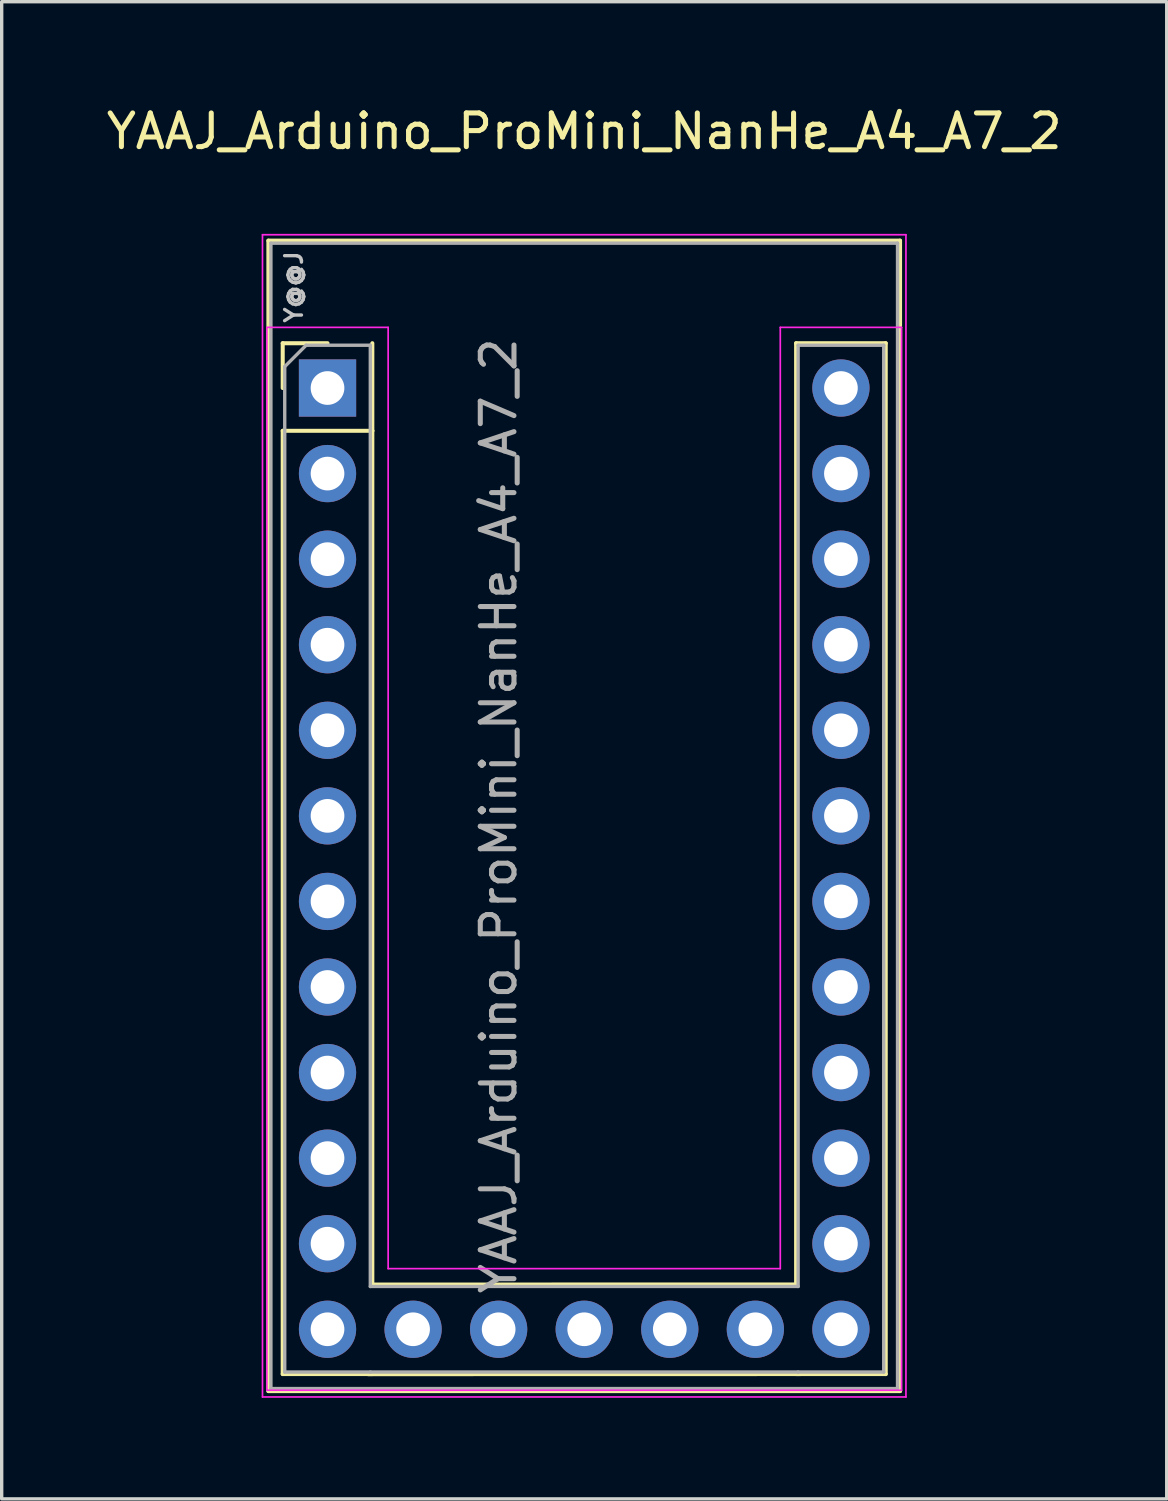
<source format=kicad_pcb>
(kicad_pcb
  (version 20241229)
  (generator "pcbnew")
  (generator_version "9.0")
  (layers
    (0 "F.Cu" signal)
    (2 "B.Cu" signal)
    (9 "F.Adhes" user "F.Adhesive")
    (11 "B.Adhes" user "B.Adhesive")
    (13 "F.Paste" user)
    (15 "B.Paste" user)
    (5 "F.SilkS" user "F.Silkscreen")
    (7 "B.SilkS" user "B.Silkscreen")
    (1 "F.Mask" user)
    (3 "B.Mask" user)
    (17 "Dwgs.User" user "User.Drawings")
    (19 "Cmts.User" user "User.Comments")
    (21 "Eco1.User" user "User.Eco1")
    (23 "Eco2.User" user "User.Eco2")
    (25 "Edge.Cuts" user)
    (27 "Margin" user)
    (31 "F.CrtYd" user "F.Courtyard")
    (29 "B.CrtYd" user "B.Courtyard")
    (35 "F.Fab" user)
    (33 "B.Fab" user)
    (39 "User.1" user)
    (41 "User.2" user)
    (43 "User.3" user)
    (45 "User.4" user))
  (footprint "YAAJ_Arduino_ProMini_NanHe_A4_A7_2"
    (layer "F.Cu")
    (at 6.672 8.468)
    (property "Reference" "YAAJ_Arduino_ProMini_NanHe_A4_A7_2" (at 7.62 -7.62 180) (layer "F.SilkS") (effects (font (size 1 1) (thickness 0.15))))
    (attr through_hole)
    (fp_line (start -1.755 -4.375) (end 16.995 -4.375) (stroke (width 0.12) (type solid)) (layer "F.SilkS"))
    (fp_line (start -1.755 29.775) (end -1.755 -4.375) (stroke (width 0.12) (type solid)) (layer "F.SilkS"))
    (fp_line (start -1.755 29.775) (end 16.995 29.775) (stroke (width 0.12) (type solid)) (layer "F.SilkS"))
    (fp_line (start -1.33 -1.33) (end 0 -1.33) (stroke (width 0.12) (type solid)) (layer "F.SilkS"))
    (fp_line (start -1.33 0) (end -1.33 -1.33) (stroke (width 0.12) (type solid)) (layer "F.SilkS"))
    (fp_line (start -1.33 1.27) (end -1.33 29.27) (stroke (width 0.12) (type solid)) (layer "F.SilkS"))
    (fp_line (start -1.33 1.27) (end 1.33 1.27) (stroke (width 0.12) (type solid)) (layer "F.SilkS"))
    (fp_line (start -1.33 29.27) (end 1.33 29.27) (stroke (width 0.12) (type solid)) (layer "F.SilkS"))
    (fp_line (start 1.206 29.273) (end 14.034 29.27) (stroke (width 0.12) (type solid)) (layer "F.SilkS"))
    (fp_line (start 1.33 1.27) (end 1.33 -1.33) (stroke (width 0.12) (type solid)) (layer "F.SilkS"))
    (fp_line (start 1.33 1.27) (end 1.33 26.613) (stroke (width 0.12) (type solid)) (layer "F.SilkS"))
    (fp_line (start 1.33 26.613) (end 13.91 26.61) (stroke (width 0.12) (type solid)) (layer "F.SilkS"))
    (fp_line (start 13.91 -1.33) (end 13.91 26.61) (stroke (width 0.12) (type solid)) (layer "F.SilkS"))
    (fp_line (start 13.91 -1.33) (end 16.57 -1.33) (stroke (width 0.12) (type solid)) (layer "F.SilkS"))
    (fp_line (start 13.91 29.27) (end 16.57 29.27) (stroke (width 0.12) (type solid)) (layer "F.SilkS"))
    (fp_line (start 16.57 -1.33) (end 16.57 29.27) (stroke (width 0.12) (type solid)) (layer "F.SilkS"))
    (fp_line (start 16.995 -4.375) (end 16.995 29.775) (stroke (width 0.12) (type solid)) (layer "F.SilkS"))
    (fp_line (start -1.93 -4.55) (end 17.17 -4.55) (stroke (width 0.05) (type solid)) (layer "F.CrtYd"))
    (fp_line (start -1.93 29.95) (end -1.93 -4.55) (stroke (width 0.05) (type solid)) (layer "F.CrtYd"))
    (fp_line (start -1.8 -1.8) (end -1.8 29.75) (stroke (width 0.05) (type solid)) (layer "F.CrtYd"))
    (fp_line (start -1.8 -1.8) (end 1.8 -1.8) (stroke (width 0.05) (type solid)) (layer "F.CrtYd"))
    (fp_line (start -1.8 29.75) (end 17.04 29.75) (stroke (width 0.05) (type solid)) (layer "F.CrtYd"))
    (fp_line (start 1.8 26.14) (end 1.8 -1.8) (stroke (width 0.05) (type solid)) (layer "F.CrtYd"))
    (fp_line (start 13.44 -1.8) (end 13.44 26.14) (stroke (width 0.05) (type solid)) (layer "F.CrtYd"))
    (fp_line (start 13.44 -1.8) (end 17.04 -1.8) (stroke (width 0.05) (type solid)) (layer "F.CrtYd"))
    (fp_line (start 13.44 26.14) (end 1.8 26.14) (stroke (width 0.05) (type solid)) (layer "F.CrtYd"))
    (fp_line (start 17.04 29.75) (end 17.04 -1.8) (stroke (width 0.05) (type solid)) (layer "F.CrtYd"))
    (fp_line (start 17.17 -4.55) (end 17.17 29.95) (stroke (width 0.05) (type solid)) (layer "F.CrtYd"))
    (fp_line (start 17.17 29.95) (end -1.93 29.95) (stroke (width 0.05) (type solid)) (layer "F.CrtYd"))
    (fp_line (start -1.68 -4.3) (end 16.92 -4.3) (stroke (width 0.1) (type solid)) (layer "F.Fab"))
    (fp_line (start -1.68 29.7) (end -1.68 -4.3) (stroke (width 0.1) (type solid)) (layer "F.Fab"))
    (fp_line (start -1.68 29.7) (end 16.92 29.7) (stroke (width 0.1) (type solid)) (layer "F.Fab"))
    (fp_line (start -1.27 -0.635) (end -0.635 -1.27) (stroke (width 0.1) (type solid)) (layer "F.Fab"))
    (fp_line (start -1.27 29.21) (end -1.27 -0.635) (stroke (width 0.1) (type solid)) (layer "F.Fab"))
    (fp_line (start -0.635 -1.27) (end 1.27 -1.27) (stroke (width 0.1) (type solid)) (layer "F.Fab"))
    (fp_line (start 1.27 -1.27) (end 1.27 26.67) (stroke (width 0.1) (type solid)) (layer "F.Fab"))
    (fp_line (start 1.27 26.67) (end 13.97 26.67) (stroke (width 0.1) (type solid)) (layer "F.Fab"))
    (fp_line (start 1.27 29.21) (end -1.27 29.21) (stroke (width 0.1) (type solid)) (layer "F.Fab"))
    (fp_line (start 13.97 -1.27) (end 16.51 -1.27) (stroke (width 0.1) (type solid)) (layer "F.Fab"))
    (fp_line (start 13.97 26.67) (end 13.97 -1.27) (stroke (width 0.1) (type solid)) (layer "F.Fab"))
    (fp_line (start 13.97 29.21) (end 1.27 29.21) (stroke (width 0.1) (type solid)) (layer "F.Fab"))
    (fp_line (start 16.51 -1.27) (end 16.51 29.21) (stroke (width 0.1) (type solid)) (layer "F.Fab"))
    (fp_line (start 16.51 29.21) (end 13.97 29.21) (stroke (width 0.1) (type solid)) (layer "F.Fab"))
    (fp_line (start 16.92 -4.3) (end 16.92 29.7) (stroke (width 0.1) (type solid)) (layer "F.Fab"))
    (fp_text user "Y@@J" (at -1 -3 90) (layer "Dwgs.User") (effects (font (size 0.5 0.5) (thickness 0.1))))
    (fp_text user "${REFERENCE}" (at 5.08 12.7 90) (layer "F.Fab") (effects (font (size 1 1) (thickness 0.15))))
    (pad "1" thru_hole rect (at 0 0) (size 1.7 1.7) (drill 1) (layers "*.Cu" "*.Mask"))
    (pad "2" thru_hole oval (at 0 2.54) (size 1.7 1.7) (drill 1) (layers "*.Cu" "*.Mask"))
    (pad "3" thru_hole oval (at 0 5.08) (size 1.7 1.7) (drill 1) (layers "*.Cu" "*.Mask"))
    (pad "4" thru_hole oval (at 0 7.62) (size 1.7 1.7) (drill 1) (layers "*.Cu" "*.Mask"))
    (pad "5" thru_hole oval (at 0 10.16) (size 1.7 1.7) (drill 1) (layers "*.Cu" "*.Mask"))
    (pad "6" thru_hole oval (at 0 12.7) (size 1.7 1.7) (drill 1) (layers "*.Cu" "*.Mask"))
    (pad "7" thru_hole oval (at 0 15.24) (size 1.7 1.7) (drill 1) (layers "*.Cu" "*.Mask"))
    (pad "8" thru_hole oval (at 0 17.78) (size 1.7 1.7) (drill 1) (layers "*.Cu" "*.Mask"))
    (pad "9" thru_hole oval (at 0 20.32) (size 1.7 1.7) (drill 1) (layers "*.Cu" "*.Mask"))
    (pad "10" thru_hole oval (at 0 22.86) (size 1.7 1.7) (drill 1) (layers "*.Cu" "*.Mask"))
    (pad "11" thru_hole oval (at 0 25.4) (size 1.7 1.7) (drill 1) (layers "*.Cu" "*.Mask"))
    (pad "12" thru_hole oval (at 0 27.94) (size 1.7 1.7) (drill 1) (layers "*.Cu" "*.Mask"))
    (pad "13" thru_hole circle (at 2.54 27.94 90) (size 1.7 1.7) (drill 1) (layers "*.Cu" "*.Mask"))
    (pad "14" thru_hole oval (at 5.08 27.94 90) (size 1.7 1.7) (drill 1) (layers "*.Cu" "*.Mask"))
    (pad "15" thru_hole oval (at 7.62 27.94 90) (size 1.7 1.7) (drill 1) (layers "*.Cu" "*.Mask"))
    (pad "16" thru_hole oval (at 10.16 27.94 90) (size 1.7 1.7) (drill 1) (layers "*.Cu" "*.Mask"))
    (pad "17" thru_hole oval (at 12.7 27.94 90) (size 1.7 1.7) (drill 1) (layers "*.Cu" "*.Mask"))
    (pad "18" thru_hole oval (at 15.24 27.94) (size 1.7 1.7) (drill 1) (layers "*.Cu" "*.Mask"))
    (pad "19" thru_hole oval (at 15.24 25.4) (size 1.7 1.7) (drill 1) (layers "*.Cu" "*.Mask"))
    (pad "20" thru_hole oval (at 15.24 22.86) (size 1.7 1.7) (drill 1) (layers "*.Cu" "*.Mask"))
    (pad "21" thru_hole oval (at 15.24 20.32) (size 1.7 1.7) (drill 1) (layers "*.Cu" "*.Mask"))
    (pad "22" thru_hole oval (at 15.24 17.78) (size 1.7 1.7) (drill 1) (layers "*.Cu" "*.Mask"))
    (pad "23" thru_hole oval (at 15.24 15.24) (size 1.7 1.7) (drill 1) (layers "*.Cu" "*.Mask"))
    (pad "24" thru_hole oval (at 15.24 12.7) (size 1.7 1.7) (drill 1) (layers "*.Cu" "*.Mask"))
    (pad "25" thru_hole oval (at 15.24 10.16) (size 1.7 1.7) (drill 1) (layers "*.Cu" "*.Mask"))
    (pad "26" thru_hole oval (at 15.24 7.62) (size 1.7 1.7) (drill 1) (layers "*.Cu" "*.Mask"))
    (pad "27" thru_hole oval (at 15.24 5.08) (size 1.7 1.7) (drill 1) (layers "*.Cu" "*.Mask"))
    (pad "28" thru_hole oval (at 15.24 2.54) (size 1.7 1.7) (drill 1) (layers "*.Cu" "*.Mask"))
    (pad "29" thru_hole circle (at 15.24 0) (size 1.7 1.7) (drill 1) (layers "*.Cu" "*.Mask")))
  (gr_rect
    (start -3 -3)
    (end 31.583 41.443)
    (stroke (width 0.1) (type default))
    (fill no)
    (layer "Edge.Cuts")))
</source>
